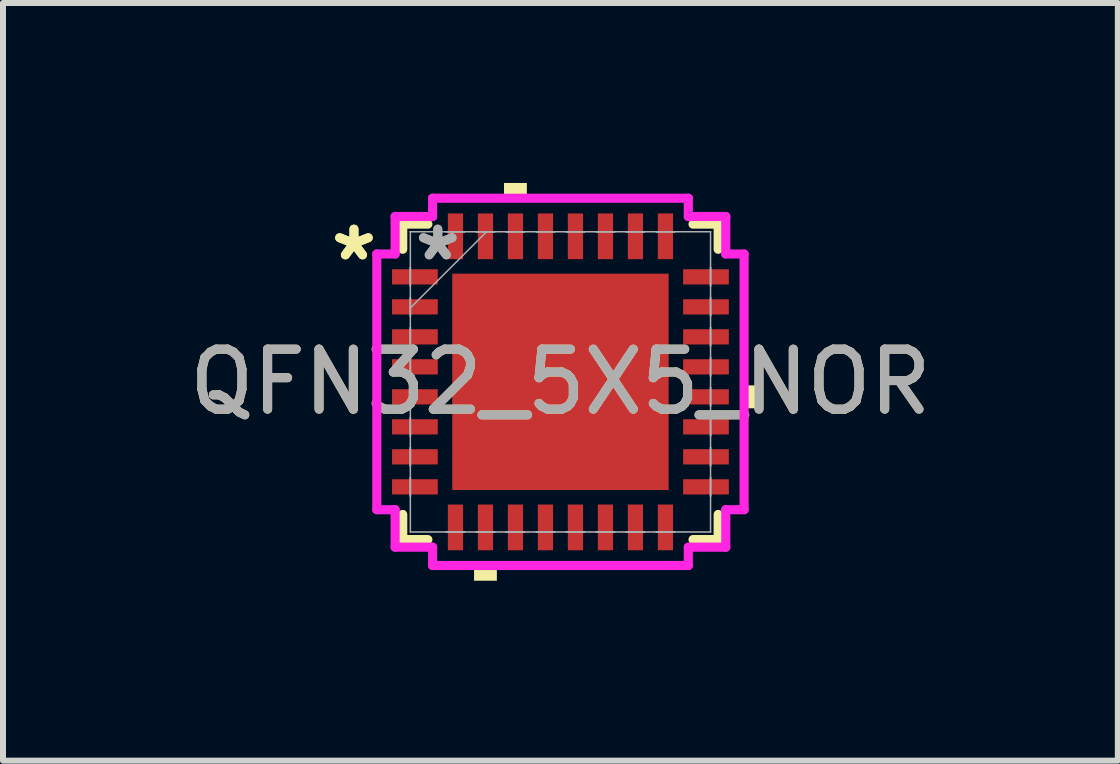
<source format=kicad_pcb>
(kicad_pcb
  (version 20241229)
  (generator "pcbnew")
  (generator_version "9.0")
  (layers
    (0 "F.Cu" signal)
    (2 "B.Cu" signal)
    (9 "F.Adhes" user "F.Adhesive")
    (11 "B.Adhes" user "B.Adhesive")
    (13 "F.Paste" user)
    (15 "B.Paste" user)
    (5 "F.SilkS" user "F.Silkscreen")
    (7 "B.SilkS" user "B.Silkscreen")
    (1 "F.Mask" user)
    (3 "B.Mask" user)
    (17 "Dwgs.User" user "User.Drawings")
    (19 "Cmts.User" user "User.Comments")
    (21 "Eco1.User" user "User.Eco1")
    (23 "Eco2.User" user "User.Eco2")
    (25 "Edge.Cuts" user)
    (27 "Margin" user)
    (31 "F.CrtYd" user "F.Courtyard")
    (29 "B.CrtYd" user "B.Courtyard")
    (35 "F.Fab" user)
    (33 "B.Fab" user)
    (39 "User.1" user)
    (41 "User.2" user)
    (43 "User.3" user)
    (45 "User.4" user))
  (footprint "QFN32_5X5_NOR"
    (layer "F.Cu")
    (at 6.292 3.315)
    (property "Reference" "QFN32_5X5_NOR" (at 0 0 0) (unlocked yes) (layer "F.SilkS") (effects (font (size 1 1) (thickness 0.15))))
    (attr smd)
    (fp_line (start -2.629 -2.629) (end -2.629 -2.21) (stroke (width 0.152) (type solid)) (layer "F.SilkS"))
    (fp_line (start -2.629 2.21) (end -2.629 2.629) (stroke (width 0.152) (type solid)) (layer "F.SilkS"))
    (fp_line (start -2.629 2.629) (end -2.21 2.629) (stroke (width 0.152) (type solid)) (layer "F.SilkS"))
    (fp_line (start -2.21 -2.629) (end -2.629 -2.629) (stroke (width 0.152) (type solid)) (layer "F.SilkS"))
    (fp_line (start 2.21 2.629) (end 2.629 2.629) (stroke (width 0.152) (type solid)) (layer "F.SilkS"))
    (fp_line (start 2.629 -2.629) (end 2.21 -2.629) (stroke (width 0.152) (type solid)) (layer "F.SilkS"))
    (fp_line (start 2.629 -2.21) (end 2.629 -2.629) (stroke (width 0.152) (type solid)) (layer "F.SilkS"))
    (fp_line (start 2.629 2.629) (end 2.629 2.21) (stroke (width 0.152) (type solid)) (layer "F.SilkS"))
    (fp_poly (pts (xy -1.44 3.061) (xy -1.44 3.315) (xy -1.06 3.315) (xy -1.06 3.061)) (stroke (width 0) (type solid)) (fill yes) (layer "F.SilkS"))
    (fp_poly (pts (xy -0.941 -3.061) (xy -0.941 -3.315) (xy -0.56 -3.315) (xy -0.56 -3.061)) (stroke (width 0) (type solid)) (fill yes) (layer "F.SilkS"))
    (fp_poly (pts (xy 3.315 0.059) (xy 3.315 0.441) (xy 3.061 0.441) (xy 3.061 0.059)) (stroke (width 0) (type solid)) (fill yes) (layer "F.SilkS"))
    (fp_poly (pts (xy -1.703 -1.703) (xy -1.703 -0.1) (xy -0.1 -0.1) (xy -0.1 -1.703)) (stroke (width 0) (type solid)) (fill yes) (layer "F.Paste"))
    (fp_poly (pts (xy -1.703 0.1) (xy -1.703 1.703) (xy -0.1 1.703) (xy -0.1 0.1)) (stroke (width 0) (type solid)) (fill yes) (layer "F.Paste"))
    (fp_poly (pts (xy 0.1 -1.703) (xy 0.1 -0.1) (xy 1.703 -0.1) (xy 1.703 -1.703)) (stroke (width 0) (type solid)) (fill yes) (layer "F.Paste"))
    (fp_poly (pts (xy 0.1 0.1) (xy 0.1 1.703) (xy 1.703 1.703) (xy 1.703 0.1)) (stroke (width 0) (type solid)) (fill yes) (layer "F.Paste"))
    (fp_line (start -3.061 -2.131) (end -2.756 -2.131) (stroke (width 0.152) (type solid)) (layer "F.CrtYd"))
    (fp_line (start -3.061 2.131) (end -3.061 -2.131) (stroke (width 0.152) (type solid)) (layer "F.CrtYd"))
    (fp_line (start -2.756 -2.756) (end -2.131 -2.756) (stroke (width 0.152) (type solid)) (layer "F.CrtYd"))
    (fp_line (start -2.756 -2.131) (end -2.756 -2.756) (stroke (width 0.152) (type solid)) (layer "F.CrtYd"))
    (fp_line (start -2.756 2.131) (end -3.061 2.131) (stroke (width 0.152) (type solid)) (layer "F.CrtYd"))
    (fp_line (start -2.756 2.756) (end -2.756 2.131) (stroke (width 0.152) (type solid)) (layer "F.CrtYd"))
    (fp_line (start -2.131 -3.061) (end 2.131 -3.061) (stroke (width 0.152) (type solid)) (layer "F.CrtYd"))
    (fp_line (start -2.131 -2.756) (end -2.131 -3.061) (stroke (width 0.152) (type solid)) (layer "F.CrtYd"))
    (fp_line (start -2.131 2.756) (end -2.756 2.756) (stroke (width 0.152) (type solid)) (layer "F.CrtYd"))
    (fp_line (start -2.131 3.061) (end -2.131 2.756) (stroke (width 0.152) (type solid)) (layer "F.CrtYd"))
    (fp_line (start 2.131 -3.061) (end 2.131 -2.756) (stroke (width 0.152) (type solid)) (layer "F.CrtYd"))
    (fp_line (start 2.131 -2.756) (end 2.756 -2.756) (stroke (width 0.152) (type solid)) (layer "F.CrtYd"))
    (fp_line (start 2.131 2.756) (end 2.131 3.061) (stroke (width 0.152) (type solid)) (layer "F.CrtYd"))
    (fp_line (start 2.131 3.061) (end -2.131 3.061) (stroke (width 0.152) (type solid)) (layer "F.CrtYd"))
    (fp_line (start 2.756 -2.756) (end 2.756 -2.131) (stroke (width 0.152) (type solid)) (layer "F.CrtYd"))
    (fp_line (start 2.756 -2.131) (end 3.061 -2.131) (stroke (width 0.152) (type solid)) (layer "F.CrtYd"))
    (fp_line (start 2.756 2.131) (end 2.756 2.756) (stroke (width 0.152) (type solid)) (layer "F.CrtYd"))
    (fp_line (start 2.756 2.756) (end 2.131 2.756) (stroke (width 0.152) (type solid)) (layer "F.CrtYd"))
    (fp_line (start 3.061 -2.131) (end 3.061 2.131) (stroke (width 0.152) (type solid)) (layer "F.CrtYd"))
    (fp_line (start 3.061 2.131) (end 2.756 2.131) (stroke (width 0.152) (type solid)) (layer "F.CrtYd"))
    (fp_line (start -2.502 -2.502) (end -2.502 -2.502) (stroke (width 0.025) (type solid)) (layer "F.Fab"))
    (fp_line (start -2.502 -2.502) (end -2.502 2.502) (stroke (width 0.025) (type solid)) (layer "F.Fab"))
    (fp_line (start -2.502 -1.902) (end -2.502 -1.902) (stroke (width 0.025) (type solid)) (layer "F.Fab"))
    (fp_line (start -2.502 -1.902) (end -2.502 -1.598) (stroke (width 0.025) (type solid)) (layer "F.Fab"))
    (fp_line (start -2.502 -1.598) (end -2.502 -1.902) (stroke (width 0.025) (type solid)) (layer "F.Fab"))
    (fp_line (start -2.502 -1.598) (end -2.502 -1.598) (stroke (width 0.025) (type solid)) (layer "F.Fab"))
    (fp_line (start -2.502 -1.402) (end -2.502 -1.402) (stroke (width 0.025) (type solid)) (layer "F.Fab"))
    (fp_line (start -2.502 -1.402) (end -2.502 -1.098) (stroke (width 0.025) (type solid)) (layer "F.Fab"))
    (fp_line (start -2.502 -1.232) (end -1.232 -2.502) (stroke (width 0.025) (type solid)) (layer "F.Fab"))
    (fp_line (start -2.502 -1.098) (end -2.502 -1.402) (stroke (width 0.025) (type solid)) (layer "F.Fab"))
    (fp_line (start -2.502 -1.098) (end -2.502 -1.098) (stroke (width 0.025) (type solid)) (layer "F.Fab"))
    (fp_line (start -2.502 -0.902) (end -2.502 -0.902) (stroke (width 0.025) (type solid)) (layer "F.Fab"))
    (fp_line (start -2.502 -0.902) (end -2.502 -0.598) (stroke (width 0.025) (type solid)) (layer "F.Fab"))
    (fp_line (start -2.502 -0.598) (end -2.502 -0.902) (stroke (width 0.025) (type solid)) (layer "F.Fab"))
    (fp_line (start -2.502 -0.598) (end -2.502 -0.598) (stroke (width 0.025) (type solid)) (layer "F.Fab"))
    (fp_line (start -2.502 -0.402) (end -2.502 -0.402) (stroke (width 0.025) (type solid)) (layer "F.Fab"))
    (fp_line (start -2.502 -0.402) (end -2.502 -0.098) (stroke (width 0.025) (type solid)) (layer "F.Fab"))
    (fp_line (start -2.502 -0.098) (end -2.502 -0.402) (stroke (width 0.025) (type solid)) (layer "F.Fab"))
    (fp_line (start -2.502 -0.098) (end -2.502 -0.098) (stroke (width 0.025) (type solid)) (layer "F.Fab"))
    (fp_line (start -2.502 0.098) (end -2.502 0.098) (stroke (width 0.025) (type solid)) (layer "F.Fab"))
    (fp_line (start -2.502 0.098) (end -2.502 0.402) (stroke (width 0.025) (type solid)) (layer "F.Fab"))
    (fp_line (start -2.502 0.402) (end -2.502 0.098) (stroke (width 0.025) (type solid)) (layer "F.Fab"))
    (fp_line (start -2.502 0.402) (end -2.502 0.402) (stroke (width 0.025) (type solid)) (layer "F.Fab"))
    (fp_line (start -2.502 0.598) (end -2.502 0.598) (stroke (width 0.025) (type solid)) (layer "F.Fab"))
    (fp_line (start -2.502 0.598) (end -2.502 0.902) (stroke (width 0.025) (type solid)) (layer "F.Fab"))
    (fp_line (start -2.502 0.902) (end -2.502 0.598) (stroke (width 0.025) (type solid)) (layer "F.Fab"))
    (fp_line (start -2.502 0.902) (end -2.502 0.902) (stroke (width 0.025) (type solid)) (layer "F.Fab"))
    (fp_line (start -2.502 1.098) (end -2.502 1.098) (stroke (width 0.025) (type solid)) (layer "F.Fab"))
    (fp_line (start -2.502 1.098) (end -2.502 1.402) (stroke (width 0.025) (type solid)) (layer "F.Fab"))
    (fp_line (start -2.502 1.402) (end -2.502 1.098) (stroke (width 0.025) (type solid)) (layer "F.Fab"))
    (fp_line (start -2.502 1.402) (end -2.502 1.402) (stroke (width 0.025) (type solid)) (layer "F.Fab"))
    (fp_line (start -2.502 1.598) (end -2.502 1.598) (stroke (width 0.025) (type solid)) (layer "F.Fab"))
    (fp_line (start -2.502 1.598) (end -2.502 1.902) (stroke (width 0.025) (type solid)) (layer "F.Fab"))
    (fp_line (start -2.502 1.902) (end -2.502 1.598) (stroke (width 0.025) (type solid)) (layer "F.Fab"))
    (fp_line (start -2.502 1.902) (end -2.502 1.902) (stroke (width 0.025) (type solid)) (layer "F.Fab"))
    (fp_line (start -2.502 2.502) (end -2.502 2.502) (stroke (width 0.025) (type solid)) (layer "F.Fab"))
    (fp_line (start -2.502 2.502) (end 2.502 2.502) (stroke (width 0.025) (type solid)) (layer "F.Fab"))
    (fp_line (start -1.902 -2.502) (end -1.902 -2.502) (stroke (width 0.025) (type solid)) (layer "F.Fab"))
    (fp_line (start -1.902 -2.502) (end -1.598 -2.502) (stroke (width 0.025) (type solid)) (layer "F.Fab"))
    (fp_line (start -1.902 2.502) (end -1.902 2.502) (stroke (width 0.025) (type solid)) (layer "F.Fab"))
    (fp_line (start -1.902 2.502) (end -1.598 2.502) (stroke (width 0.025) (type solid)) (layer "F.Fab"))
    (fp_line (start -1.598 -2.502) (end -1.902 -2.502) (stroke (width 0.025) (type solid)) (layer "F.Fab"))
    (fp_line (start -1.598 -2.502) (end -1.598 -2.502) (stroke (width 0.025) (type solid)) (layer "F.Fab"))
    (fp_line (start -1.598 2.502) (end -1.902 2.502) (stroke (width 0.025) (type solid)) (layer "F.Fab"))
    (fp_line (start -1.598 2.502) (end -1.598 2.502) (stroke (width 0.025) (type solid)) (layer "F.Fab"))
    (fp_line (start -1.402 -2.502) (end -1.402 -2.502) (stroke (width 0.025) (type solid)) (layer "F.Fab"))
    (fp_line (start -1.402 -2.502) (end -1.098 -2.502) (stroke (width 0.025) (type solid)) (layer "F.Fab"))
    (fp_line (start -1.402 2.502) (end -1.402 2.502) (stroke (width 0.025) (type solid)) (layer "F.Fab"))
    (fp_line (start -1.402 2.502) (end -1.098 2.502) (stroke (width 0.025) (type solid)) (layer "F.Fab"))
    (fp_line (start -1.098 -2.502) (end -1.402 -2.502) (stroke (width 0.025) (type solid)) (layer "F.Fab"))
    (fp_line (start -1.098 -2.502) (end -1.098 -2.502) (stroke (width 0.025) (type solid)) (layer "F.Fab"))
    (fp_line (start -1.098 2.502) (end -1.402 2.502) (stroke (width 0.025) (type solid)) (layer "F.Fab"))
    (fp_line (start -1.098 2.502) (end -1.098 2.502) (stroke (width 0.025) (type solid)) (layer "F.Fab"))
    (fp_line (start -0.902 -2.502) (end -0.902 -2.502) (stroke (width 0.025) (type solid)) (layer "F.Fab"))
    (fp_line (start -0.902 -2.502) (end -0.598 -2.502) (stroke (width 0.025) (type solid)) (layer "F.Fab"))
    (fp_line (start -0.902 2.502) (end -0.902 2.502) (stroke (width 0.025) (type solid)) (layer "F.Fab"))
    (fp_line (start -0.902 2.502) (end -0.598 2.502) (stroke (width 0.025) (type solid)) (layer "F.Fab"))
    (fp_line (start -0.598 -2.502) (end -0.902 -2.502) (stroke (width 0.025) (type solid)) (layer "F.Fab"))
    (fp_line (start -0.598 -2.502) (end -0.598 -2.502) (stroke (width 0.025) (type solid)) (layer "F.Fab"))
    (fp_line (start -0.598 2.502) (end -0.902 2.502) (stroke (width 0.025) (type solid)) (layer "F.Fab"))
    (fp_line (start -0.598 2.502) (end -0.598 2.502) (stroke (width 0.025) (type solid)) (layer "F.Fab"))
    (fp_line (start -0.402 -2.502) (end -0.402 -2.502) (stroke (width 0.025) (type solid)) (layer "F.Fab"))
    (fp_line (start -0.402 -2.502) (end -0.098 -2.502) (stroke (width 0.025) (type solid)) (layer "F.Fab"))
    (fp_line (start -0.402 2.502) (end -0.402 2.502) (stroke (width 0.025) (type solid)) (layer "F.Fab"))
    (fp_line (start -0.402 2.502) (end -0.098 2.502) (stroke (width 0.025) (type solid)) (layer "F.Fab"))
    (fp_line (start -0.098 -2.502) (end -0.402 -2.502) (stroke (width 0.025) (type solid)) (layer "F.Fab"))
    (fp_line (start -0.098 -2.502) (end -0.098 -2.502) (stroke (width 0.025) (type solid)) (layer "F.Fab"))
    (fp_line (start -0.098 2.502) (end -0.402 2.502) (stroke (width 0.025) (type solid)) (layer "F.Fab"))
    (fp_line (start -0.098 2.502) (end -0.098 2.502) (stroke (width 0.025) (type solid)) (layer "F.Fab"))
    (fp_line (start 0.098 -2.502) (end 0.098 -2.502) (stroke (width 0.025) (type solid)) (layer "F.Fab"))
    (fp_line (start 0.098 -2.502) (end 0.402 -2.502) (stroke (width 0.025) (type solid)) (layer "F.Fab"))
    (fp_line (start 0.098 2.502) (end 0.098 2.502) (stroke (width 0.025) (type solid)) (layer "F.Fab"))
    (fp_line (start 0.098 2.502) (end 0.402 2.502) (stroke (width 0.025) (type solid)) (layer "F.Fab"))
    (fp_line (start 0.402 -2.502) (end 0.098 -2.502) (stroke (width 0.025) (type solid)) (layer "F.Fab"))
    (fp_line (start 0.402 -2.502) (end 0.402 -2.502) (stroke (width 0.025) (type solid)) (layer "F.Fab"))
    (fp_line (start 0.402 2.502) (end 0.098 2.502) (stroke (width 0.025) (type solid)) (layer "F.Fab"))
    (fp_line (start 0.402 2.502) (end 0.402 2.502) (stroke (width 0.025) (type solid)) (layer "F.Fab"))
    (fp_line (start 0.598 -2.502) (end 0.598 -2.502) (stroke (width 0.025) (type solid)) (layer "F.Fab"))
    (fp_line (start 0.598 -2.502) (end 0.902 -2.502) (stroke (width 0.025) (type solid)) (layer "F.Fab"))
    (fp_line (start 0.598 2.502) (end 0.598 2.502) (stroke (width 0.025) (type solid)) (layer "F.Fab"))
    (fp_line (start 0.598 2.502) (end 0.902 2.502) (stroke (width 0.025) (type solid)) (layer "F.Fab"))
    (fp_line (start 0.902 -2.502) (end 0.598 -2.502) (stroke (width 0.025) (type solid)) (layer "F.Fab"))
    (fp_line (start 0.902 -2.502) (end 0.902 -2.502) (stroke (width 0.025) (type solid)) (layer "F.Fab"))
    (fp_line (start 0.902 2.502) (end 0.598 2.502) (stroke (width 0.025) (type solid)) (layer "F.Fab"))
    (fp_line (start 0.902 2.502) (end 0.902 2.502) (stroke (width 0.025) (type solid)) (layer "F.Fab"))
    (fp_line (start 1.098 -2.502) (end 1.098 -2.502) (stroke (width 0.025) (type solid)) (layer "F.Fab"))
    (fp_line (start 1.098 -2.502) (end 1.402 -2.502) (stroke (width 0.025) (type solid)) (layer "F.Fab"))
    (fp_line (start 1.098 2.502) (end 1.098 2.502) (stroke (width 0.025) (type solid)) (layer "F.Fab"))
    (fp_line (start 1.098 2.502) (end 1.402 2.502) (stroke (width 0.025) (type solid)) (layer "F.Fab"))
    (fp_line (start 1.402 -2.502) (end 1.098 -2.502) (stroke (width 0.025) (type solid)) (layer "F.Fab"))
    (fp_line (start 1.402 -2.502) (end 1.402 -2.502) (stroke (width 0.025) (type solid)) (layer "F.Fab"))
    (fp_line (start 1.402 2.502) (end 1.098 2.502) (stroke (width 0.025) (type solid)) (layer "F.Fab"))
    (fp_line (start 1.402 2.502) (end 1.402 2.502) (stroke (width 0.025) (type solid)) (layer "F.Fab"))
    (fp_line (start 1.598 -2.502) (end 1.598 -2.502) (stroke (width 0.025) (type solid)) (layer "F.Fab"))
    (fp_line (start 1.598 -2.502) (end 1.902 -2.502) (stroke (width 0.025) (type solid)) (layer "F.Fab"))
    (fp_line (start 1.598 2.502) (end 1.598 2.502) (stroke (width 0.025) (type solid)) (layer "F.Fab"))
    (fp_line (start 1.598 2.502) (end 1.902 2.502) (stroke (width 0.025) (type solid)) (layer "F.Fab"))
    (fp_line (start 1.902 -2.502) (end 1.598 -2.502) (stroke (width 0.025) (type solid)) (layer "F.Fab"))
    (fp_line (start 1.902 -2.502) (end 1.902 -2.502) (stroke (width 0.025) (type solid)) (layer "F.Fab"))
    (fp_line (start 1.902 2.502) (end 1.598 2.502) (stroke (width 0.025) (type solid)) (layer "F.Fab"))
    (fp_line (start 1.902 2.502) (end 1.902 2.502) (stroke (width 0.025) (type solid)) (layer "F.Fab"))
    (fp_line (start 2.502 -2.502) (end -2.502 -2.502) (stroke (width 0.025) (type solid)) (layer "F.Fab"))
    (fp_line (start 2.502 -2.502) (end 2.502 -2.502) (stroke (width 0.025) (type solid)) (layer "F.Fab"))
    (fp_line (start 2.502 -1.902) (end 2.502 -1.902) (stroke (width 0.025) (type solid)) (layer "F.Fab"))
    (fp_line (start 2.502 -1.902) (end 2.502 -1.598) (stroke (width 0.025) (type solid)) (layer "F.Fab"))
    (fp_line (start 2.502 -1.598) (end 2.502 -1.902) (stroke (width 0.025) (type solid)) (layer "F.Fab"))
    (fp_line (start 2.502 -1.598) (end 2.502 -1.598) (stroke (width 0.025) (type solid)) (layer "F.Fab"))
    (fp_line (start 2.502 -1.402) (end 2.502 -1.402) (stroke (width 0.025) (type solid)) (layer "F.Fab"))
    (fp_line (start 2.502 -1.402) (end 2.502 -1.098) (stroke (width 0.025) (type solid)) (layer "F.Fab"))
    (fp_line (start 2.502 -1.098) (end 2.502 -1.402) (stroke (width 0.025) (type solid)) (layer "F.Fab"))
    (fp_line (start 2.502 -1.098) (end 2.502 -1.098) (stroke (width 0.025) (type solid)) (layer "F.Fab"))
    (fp_line (start 2.502 -0.902) (end 2.502 -0.902) (stroke (width 0.025) (type solid)) (layer "F.Fab"))
    (fp_line (start 2.502 -0.902) (end 2.502 -0.598) (stroke (width 0.025) (type solid)) (layer "F.Fab"))
    (fp_line (start 2.502 -0.598) (end 2.502 -0.902) (stroke (width 0.025) (type solid)) (layer "F.Fab"))
    (fp_line (start 2.502 -0.598) (end 2.502 -0.598) (stroke (width 0.025) (type solid)) (layer "F.Fab"))
    (fp_line (start 2.502 -0.402) (end 2.502 -0.402) (stroke (width 0.025) (type solid)) (layer "F.Fab"))
    (fp_line (start 2.502 -0.402) (end 2.502 -0.098) (stroke (width 0.025) (type solid)) (layer "F.Fab"))
    (fp_line (start 2.502 -0.098) (end 2.502 -0.402) (stroke (width 0.025) (type solid)) (layer "F.Fab"))
    (fp_line (start 2.502 -0.098) (end 2.502 -0.098) (stroke (width 0.025) (type solid)) (layer "F.Fab"))
    (fp_line (start 2.502 0.098) (end 2.502 0.098) (stroke (width 0.025) (type solid)) (layer "F.Fab"))
    (fp_line (start 2.502 0.098) (end 2.502 0.402) (stroke (width 0.025) (type solid)) (layer "F.Fab"))
    (fp_line (start 2.502 0.402) (end 2.502 0.098) (stroke (width 0.025) (type solid)) (layer "F.Fab"))
    (fp_line (start 2.502 0.402) (end 2.502 0.402) (stroke (width 0.025) (type solid)) (layer "F.Fab"))
    (fp_line (start 2.502 0.598) (end 2.502 0.598) (stroke (width 0.025) (type solid)) (layer "F.Fab"))
    (fp_line (start 2.502 0.598) (end 2.502 0.902) (stroke (width 0.025) (type solid)) (layer "F.Fab"))
    (fp_line (start 2.502 0.902) (end 2.502 0.598) (stroke (width 0.025) (type solid)) (layer "F.Fab"))
    (fp_line (start 2.502 0.902) (end 2.502 0.902) (stroke (width 0.025) (type solid)) (layer "F.Fab"))
    (fp_line (start 2.502 1.098) (end 2.502 1.098) (stroke (width 0.025) (type solid)) (layer "F.Fab"))
    (fp_line (start 2.502 1.098) (end 2.502 1.402) (stroke (width 0.025) (type solid)) (layer "F.Fab"))
    (fp_line (start 2.502 1.402) (end 2.502 1.098) (stroke (width 0.025) (type solid)) (layer "F.Fab"))
    (fp_line (start 2.502 1.402) (end 2.502 1.402) (stroke (width 0.025) (type solid)) (layer "F.Fab"))
    (fp_line (start 2.502 1.598) (end 2.502 1.598) (stroke (width 0.025) (type solid)) (layer "F.Fab"))
    (fp_line (start 2.502 1.598) (end 2.502 1.902) (stroke (width 0.025) (type solid)) (layer "F.Fab"))
    (fp_line (start 2.502 1.902) (end 2.502 1.598) (stroke (width 0.025) (type solid)) (layer "F.Fab"))
    (fp_line (start 2.502 1.902) (end 2.502 1.902) (stroke (width 0.025) (type solid)) (layer "F.Fab"))
    (fp_line (start 2.502 2.502) (end 2.502 -2.502) (stroke (width 0.025) (type solid)) (layer "F.Fab"))
    (fp_line (start 2.502 2.502) (end 2.502 2.502) (stroke (width 0.025) (type solid)) (layer "F.Fab"))
    (fp_text user "*" (at -3.442 -2 0) (unlocked yes) (layer "F.SilkS") (effects (font (size 1 1) (thickness 0.15))))
    (fp_text user "*" (at -3.442 -2 0) (layer "F.SilkS") (effects (font (size 1 1) (thickness 0.15))))
    (fp_text user "*" (at -2.045 -2 0) (layer "F.Fab") (effects (font (size 1 1) (thickness 0.15))))
    (fp_text user "*" (at -2.045 -2 0) (unlocked yes) (layer "F.Fab") (effects (font (size 1 1) (thickness 0.15))))
    (fp_text user "${REFERENCE}" (at 0 0 0) (unlocked yes) (layer "F.Fab") (effects (font (size 1 1) (thickness 0.15))))
    (pad "1" smd rect (at -2.426 -1.75 90) (size 0.254 0.762) (layers "F.Cu" "F.Mask" "F.Paste"))
    (pad "2" smd rect (at -2.426 -1.25 90) (size 0.254 0.762) (layers "F.Cu" "F.Mask" "F.Paste"))
    (pad "3" smd rect (at -2.426 -0.75 90) (size 0.254 0.762) (layers "F.Cu" "F.Mask" "F.Paste"))
    (pad "4" smd rect (at -2.426 -0.25 90) (size 0.254 0.762) (layers "F.Cu" "F.Mask" "F.Paste"))
    (pad "5" smd rect (at -2.426 0.25 90) (size 0.254 0.762) (layers "F.Cu" "F.Mask" "F.Paste"))
    (pad "6" smd rect (at -2.426 0.75 90) (size 0.254 0.762) (layers "F.Cu" "F.Mask" "F.Paste"))
    (pad "7" smd rect (at -2.426 1.25 90) (size 0.254 0.762) (layers "F.Cu" "F.Mask" "F.Paste"))
    (pad "8" smd rect (at -2.426 1.75 90) (size 0.254 0.762) (layers "F.Cu" "F.Mask" "F.Paste"))
    (pad "9" smd rect (at -1.75 2.426) (size 0.254 0.762) (layers "F.Cu" "F.Mask" "F.Paste"))
    (pad "10" smd rect (at -1.25 2.426) (size 0.254 0.762) (layers "F.Cu" "F.Mask" "F.Paste"))
    (pad "11" smd rect (at -0.75 2.426) (size 0.254 0.762) (layers "F.Cu" "F.Mask" "F.Paste"))
    (pad "12" smd rect (at -0.25 2.426) (size 0.254 0.762) (layers "F.Cu" "F.Mask" "F.Paste"))
    (pad "13" smd rect (at 0.25 2.426) (size 0.254 0.762) (layers "F.Cu" "F.Mask" "F.Paste"))
    (pad "14" smd rect (at 0.75 2.426) (size 0.254 0.762) (layers "F.Cu" "F.Mask" "F.Paste"))
    (pad "15" smd rect (at 1.25 2.426) (size 0.254 0.762) (layers "F.Cu" "F.Mask" "F.Paste"))
    (pad "16" smd rect (at 1.75 2.426) (size 0.254 0.762) (layers "F.Cu" "F.Mask" "F.Paste"))
    (pad "17" smd rect (at 2.426 1.75 90) (size 0.254 0.762) (layers "F.Cu" "F.Mask" "F.Paste"))
    (pad "18" smd rect (at 2.426 1.25 90) (size 0.254 0.762) (layers "F.Cu" "F.Mask" "F.Paste"))
    (pad "19" smd rect (at 2.426 0.75 90) (size 0.254 0.762) (layers "F.Cu" "F.Mask" "F.Paste"))
    (pad "20" smd rect (at 2.426 0.25 90) (size 0.254 0.762) (layers "F.Cu" "F.Mask" "F.Paste"))
    (pad "21" smd rect (at 2.426 -0.25 90) (size 0.254 0.762) (layers "F.Cu" "F.Mask" "F.Paste"))
    (pad "22" smd rect (at 2.426 -0.75 90) (size 0.254 0.762) (layers "F.Cu" "F.Mask" "F.Paste"))
    (pad "23" smd rect (at 2.426 -1.25 90) (size 0.254 0.762) (layers "F.Cu" "F.Mask" "F.Paste"))
    (pad "24" smd rect (at 2.426 -1.75 90) (size 0.254 0.762) (layers "F.Cu" "F.Mask" "F.Paste"))
    (pad "25" smd rect (at 1.75 -2.426) (size 0.254 0.762) (layers "F.Cu" "F.Mask" "F.Paste"))
    (pad "26" smd rect (at 1.25 -2.426) (size 0.254 0.762) (layers "F.Cu" "F.Mask" "F.Paste"))
    (pad "27" smd rect (at 0.75 -2.426) (size 0.254 0.762) (layers "F.Cu" "F.Mask" "F.Paste"))
    (pad "28" smd rect (at 0.25 -2.426) (size 0.254 0.762) (layers "F.Cu" "F.Mask" "F.Paste"))
    (pad "29" smd rect (at -0.25 -2.426) (size 0.254 0.762) (layers "F.Cu" "F.Mask" "F.Paste"))
    (pad "30" smd rect (at -0.75 -2.426) (size 0.254 0.762) (layers "F.Cu" "F.Mask" "F.Paste"))
    (pad "31" smd rect (at -1.25 -2.426) (size 0.254 0.762) (layers "F.Cu" "F.Mask" "F.Paste"))
    (pad "32" smd rect (at -1.75 -2.426) (size 0.254 0.762) (layers "F.Cu" "F.Mask" "F.Paste"))
    (pad "33" smd rect (at 0 0) (size 3.607 3.607) (layers "F.Cu" "F.Mask" "F.Paste")))
  (gr_rect
    (start -3 -3)
    (end 15.583 9.629)
    (stroke (width 0.1) (type default))
    (fill no)
    (layer "Edge.Cuts")))
</source>
